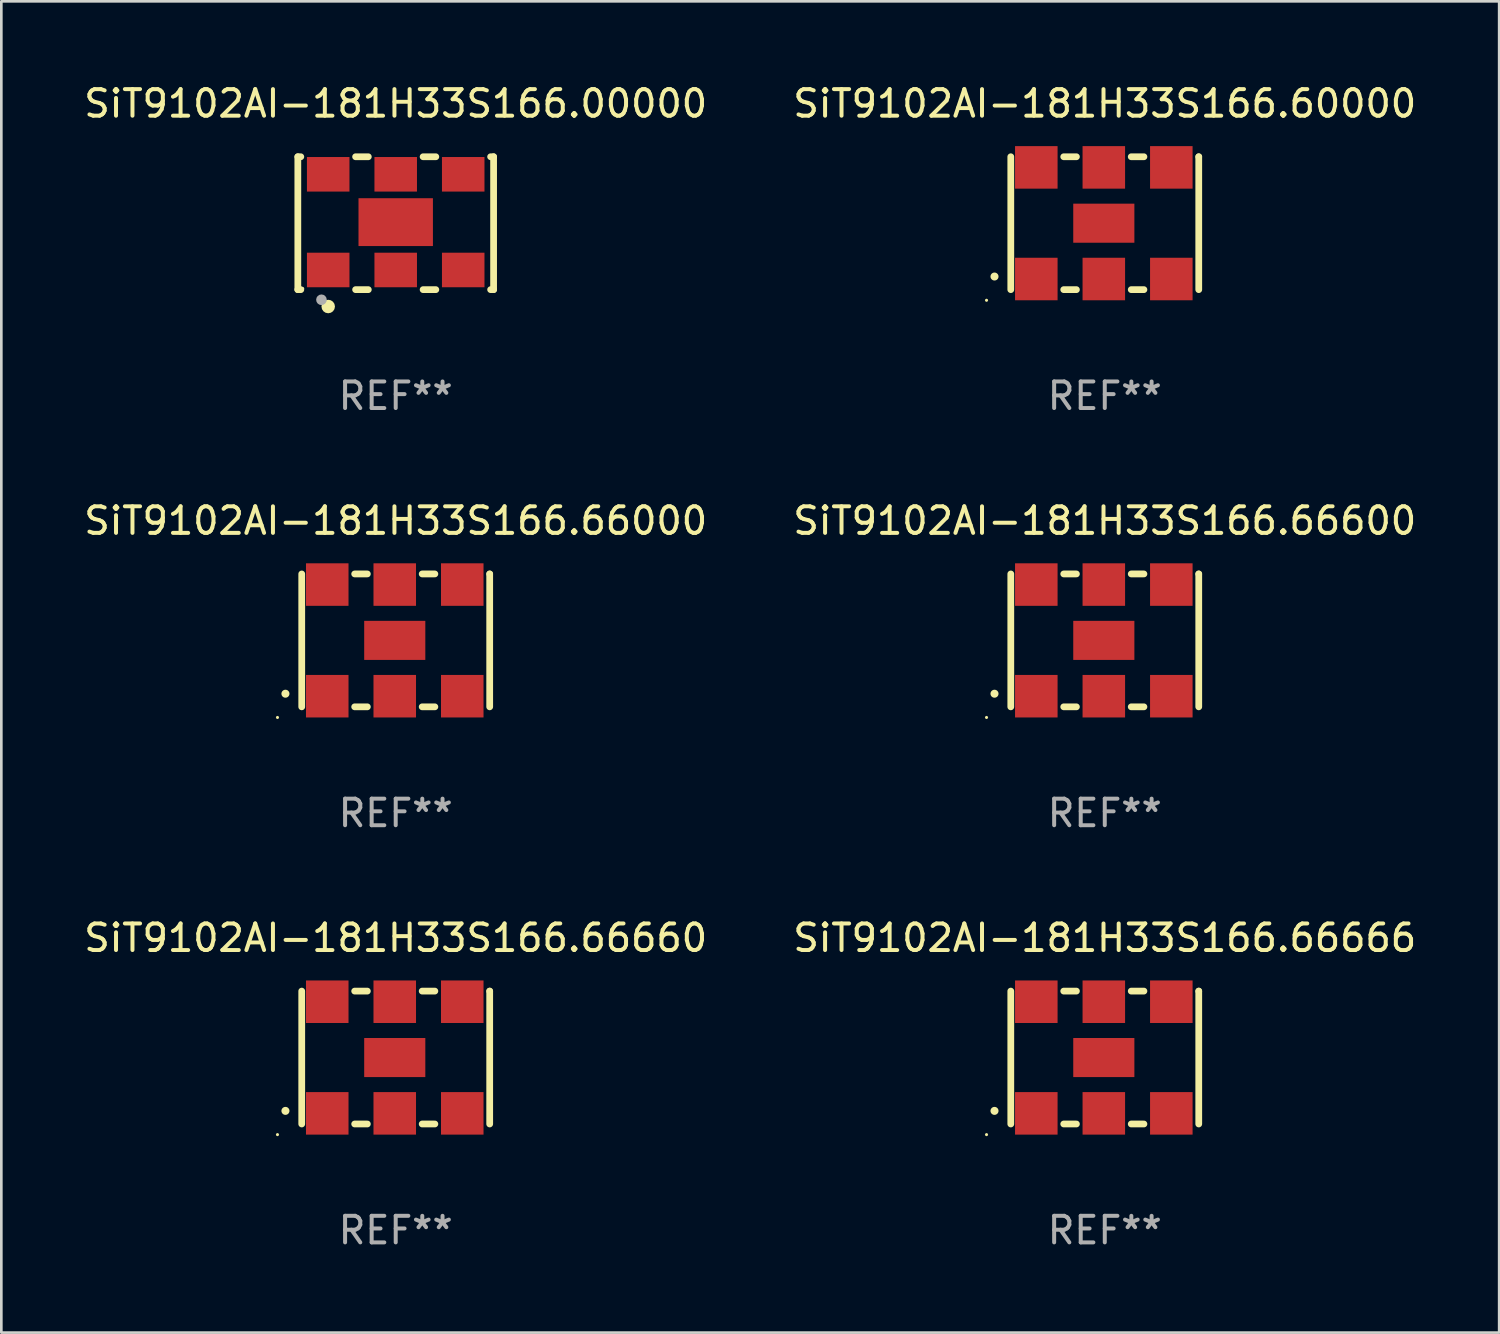
<source format=kicad_pcb>
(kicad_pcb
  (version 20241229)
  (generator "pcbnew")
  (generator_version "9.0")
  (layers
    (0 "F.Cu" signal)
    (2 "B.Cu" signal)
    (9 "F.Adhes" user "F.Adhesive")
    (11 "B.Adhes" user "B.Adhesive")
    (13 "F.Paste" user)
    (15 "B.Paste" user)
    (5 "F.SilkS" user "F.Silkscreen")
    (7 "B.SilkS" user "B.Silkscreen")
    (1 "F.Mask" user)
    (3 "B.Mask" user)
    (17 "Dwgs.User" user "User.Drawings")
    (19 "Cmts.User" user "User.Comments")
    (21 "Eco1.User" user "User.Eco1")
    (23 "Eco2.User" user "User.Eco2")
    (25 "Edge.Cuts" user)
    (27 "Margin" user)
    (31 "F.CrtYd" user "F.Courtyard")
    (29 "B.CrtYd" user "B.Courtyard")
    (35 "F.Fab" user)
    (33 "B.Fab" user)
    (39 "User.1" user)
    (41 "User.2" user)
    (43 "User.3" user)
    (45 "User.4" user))
  (footprint "SiT9102AI-181H33S166.66666"
    (layer "F.Cu")
    (at 38.518 36.741)
    (property "Reference" "SiT9102AI-181H33S166.66666" (at 0 -4.5 0) (layer "F.SilkS") (effects (font (size 1 1) (thickness 0.15))))
    (attr through_hole)
    (fp_line (start -3.536 -2.5) (end -3.536 2.5) (stroke (width 0.254) (type solid)) (layer "F.SilkS"))
    (fp_line (start -1.544 2.5) (end -1.067 2.5) (stroke (width 0.254) (type solid)) (layer "F.SilkS"))
    (fp_line (start -1.067 -2.5) (end -1.544 -2.5) (stroke (width 0.254) (type solid)) (layer "F.SilkS"))
    (fp_line (start 0.996 2.5) (end 1.473 2.5) (stroke (width 0.254) (type solid)) (layer "F.SilkS"))
    (fp_line (start 1.473 -2.5) (end 0.996 -2.5) (stroke (width 0.254) (type solid)) (layer "F.SilkS"))
    (fp_line (start 3.536 -2.5) (end 3.536 -2.5) (stroke (width 0.254) (type solid)) (layer "F.SilkS"))
    (fp_line (start 3.536 2.5) (end 3.536 -2.5) (stroke (width 0.254) (type solid)) (layer "F.SilkS"))
    (fp_arc (start -4.150432 2.006604) (mid -4.149162 2.006599) (end -4.147892 2.006604) (stroke (width 0.3) (type solid)) (layer "F.SilkS"))
    (fp_circle (center -4.449 2.9) (end -4.419 2.9) (stroke (width 0.06) (type solid)) (fill no) (layer "F.SilkS"))
    (fp_text user "REF**" (at 0 6.5 0) (layer "F.Fab") (effects (font (size 1 1) (thickness 0.15))))
    (pad "1" smd rect (at -2.576 2.1) (size 1.6 1.6) (layers "F.Cu" "F.Mask" "F.Paste"))
    (pad "2" smd rect (at -0.036 2.1) (size 1.6 1.6) (layers "F.Cu" "F.Mask" "F.Paste"))
    (pad "3" smd rect (at 2.504 2.1) (size 1.6 1.6) (layers "F.Cu" "F.Mask" "F.Paste"))
    (pad "4" smd rect (at 2.504 -2.1) (size 1.6 1.6) (layers "F.Cu" "F.Mask" "F.Paste"))
    (pad "5" smd rect (at -0.036 -2.1) (size 1.6 1.6) (layers "F.Cu" "F.Mask" "F.Paste"))
    (pad "6" smd rect (at -2.576 -2.1) (size 1.6 1.6) (layers "F.Cu" "F.Mask" "F.Paste"))
    (pad "7" smd rect (at -0.036 0) (size 2.3 1.47) (layers "F.Cu" "F.Mask" "F.Paste")))
  (footprint "SiT9102AI-181H33S166.00000"
    (layer "F.Cu")
    (at 11.839 5.348)
    (property "Reference" "SiT9102AI-181H33S166.00000" (at 0 -4.5 0) (layer "F.SilkS") (effects (font (size 1 1) (thickness 0.15))))
    (attr through_hole)
    (fp_line (start -3.683 -2.5) (end -3.571 -2.5) (stroke (width 0.254) (type solid)) (layer "F.SilkS"))
    (fp_line (start -3.683 2.5) (end -3.683 -2.5) (stroke (width 0.254) (type solid)) (layer "F.SilkS"))
    (fp_line (start -3.683 2.5) (end -3.571 2.5) (stroke (width 0.254) (type solid)) (layer "F.SilkS"))
    (fp_line (start -1.509 -2.5) (end -1.031 -2.5) (stroke (width 0.254) (type solid)) (layer "F.SilkS"))
    (fp_line (start -1.509 2.5) (end -1.031 2.5) (stroke (width 0.254) (type solid)) (layer "F.SilkS"))
    (fp_line (start 1.031 -2.5) (end 1.509 -2.5) (stroke (width 0.254) (type solid)) (layer "F.SilkS"))
    (fp_line (start 1.031 2.5) (end 1.509 2.5) (stroke (width 0.254) (type solid)) (layer "F.SilkS"))
    (fp_line (start 3.571 -2.5) (end 3.683 -2.5) (stroke (width 0.254) (type solid)) (layer "F.SilkS"))
    (fp_line (start 3.571 2.5) (end 3.683 2.5) (stroke (width 0.254) (type solid)) (layer "F.SilkS"))
    (fp_line (start 3.683 2.5) (end 3.683 -2.5) (stroke (width 0.254) (type solid)) (layer "F.SilkS"))
    (fp_circle (center -3.5 2.46) (end -3.47 2.46) (stroke (width 0.06) (type solid)) (fill no) (layer "F.SilkS"))
    (fp_circle (center -2.54 3.135) (end -2.413 3.135) (stroke (width 0.254) (type solid)) (fill no) (layer "F.SilkS"))
    (fp_circle (center -2.794 2.881) (end -2.694 2.881) (stroke (width 0.2) (type solid)) (fill no) (layer "F.Fab"))
    (fp_text user "REF**" (at 0 6.5 0) (layer "F.Fab") (effects (font (size 1 1) (thickness 0.15))))
    (pad "1" smd rect (at -2.54 1.76) (size 1.6 1.3) (layers "F.Cu" "F.Mask" "F.Paste"))
    (pad "2" smd rect (at 0 1.76) (size 1.6 1.3) (layers "F.Cu" "F.Mask" "F.Paste"))
    (pad "3" smd rect (at 2.54 1.76) (size 1.6 1.3) (layers "F.Cu" "F.Mask" "F.Paste"))
    (pad "4" smd rect (at 2.54 -1.84) (size 1.6 1.3) (layers "F.Cu" "F.Mask" "F.Paste"))
    (pad "5" smd rect (at 0 -1.84) (size 1.6 1.3) (layers "F.Cu" "F.Mask" "F.Paste"))
    (pad "6" smd rect (at -2.54 -1.84) (size 1.6 1.3) (layers "F.Cu" "F.Mask" "F.Paste"))
    (pad "7" smd rect (at 0 -0.04) (size 2.8 1.8) (layers "F.Cu" "F.Mask" "F.Paste")))
  (footprint "SiT9102AI-181H33S166.66600"
    (layer "F.Cu")
    (at 38.518 21.045)
    (property "Reference" "SiT9102AI-181H33S166.66600" (at 0 -4.5 0) (layer "F.SilkS") (effects (font (size 1 1) (thickness 0.15))))
    (attr through_hole)
    (fp_line (start -3.536 -2.5) (end -3.536 2.5) (stroke (width 0.254) (type solid)) (layer "F.SilkS"))
    (fp_line (start -1.544 2.5) (end -1.067 2.5) (stroke (width 0.254) (type solid)) (layer "F.SilkS"))
    (fp_line (start -1.067 -2.5) (end -1.544 -2.5) (stroke (width 0.254) (type solid)) (layer "F.SilkS"))
    (fp_line (start 0.996 2.5) (end 1.473 2.5) (stroke (width 0.254) (type solid)) (layer "F.SilkS"))
    (fp_line (start 1.473 -2.5) (end 0.996 -2.5) (stroke (width 0.254) (type solid)) (layer "F.SilkS"))
    (fp_line (start 3.536 -2.5) (end 3.536 -2.5) (stroke (width 0.254) (type solid)) (layer "F.SilkS"))
    (fp_line (start 3.536 2.5) (end 3.536 -2.5) (stroke (width 0.254) (type solid)) (layer "F.SilkS"))
    (fp_arc (start -4.150432 2.006604) (mid -4.149162 2.006599) (end -4.147892 2.006604) (stroke (width 0.3) (type solid)) (layer "F.SilkS"))
    (fp_circle (center -4.449 2.9) (end -4.419 2.9) (stroke (width 0.06) (type solid)) (fill no) (layer "F.SilkS"))
    (fp_text user "REF**" (at 0 6.5 0) (layer "F.Fab") (effects (font (size 1 1) (thickness 0.15))))
    (pad "1" smd rect (at -2.576 2.1) (size 1.6 1.6) (layers "F.Cu" "F.Mask" "F.Paste"))
    (pad "2" smd rect (at -0.036 2.1) (size 1.6 1.6) (layers "F.Cu" "F.Mask" "F.Paste"))
    (pad "3" smd rect (at 2.504 2.1) (size 1.6 1.6) (layers "F.Cu" "F.Mask" "F.Paste"))
    (pad "4" smd rect (at 2.504 -2.1) (size 1.6 1.6) (layers "F.Cu" "F.Mask" "F.Paste"))
    (pad "5" smd rect (at -0.036 -2.1) (size 1.6 1.6) (layers "F.Cu" "F.Mask" "F.Paste"))
    (pad "6" smd rect (at -2.576 -2.1) (size 1.6 1.6) (layers "F.Cu" "F.Mask" "F.Paste"))
    (pad "7" smd rect (at -0.036 0) (size 2.3 1.47) (layers "F.Cu" "F.Mask" "F.Paste")))
  (footprint "SiT9102AI-181H33S166.60000"
    (layer "F.Cu")
    (at 38.518 5.348)
    (property "Reference" "SiT9102AI-181H33S166.60000" (at 0 -4.5 0) (layer "F.SilkS") (effects (font (size 1 1) (thickness 0.15))))
    (attr through_hole)
    (fp_line (start -3.536 -2.5) (end -3.536 2.5) (stroke (width 0.254) (type solid)) (layer "F.SilkS"))
    (fp_line (start -1.544 2.5) (end -1.067 2.5) (stroke (width 0.254) (type solid)) (layer "F.SilkS"))
    (fp_line (start -1.067 -2.5) (end -1.544 -2.5) (stroke (width 0.254) (type solid)) (layer "F.SilkS"))
    (fp_line (start 0.996 2.5) (end 1.473 2.5) (stroke (width 0.254) (type solid)) (layer "F.SilkS"))
    (fp_line (start 1.473 -2.5) (end 0.996 -2.5) (stroke (width 0.254) (type solid)) (layer "F.SilkS"))
    (fp_line (start 3.536 -2.5) (end 3.536 -2.5) (stroke (width 0.254) (type solid)) (layer "F.SilkS"))
    (fp_line (start 3.536 2.5) (end 3.536 -2.5) (stroke (width 0.254) (type solid)) (layer "F.SilkS"))
    (fp_arc (start -4.150432 2.006604) (mid -4.149162 2.006599) (end -4.147892 2.006604) (stroke (width 0.3) (type solid)) (layer "F.SilkS"))
    (fp_circle (center -4.449 2.9) (end -4.419 2.9) (stroke (width 0.06) (type solid)) (fill no) (layer "F.SilkS"))
    (fp_text user "REF**" (at 0 6.5 0) (layer "F.Fab") (effects (font (size 1 1) (thickness 0.15))))
    (pad "1" smd rect (at -2.576 2.1) (size 1.6 1.6) (layers "F.Cu" "F.Mask" "F.Paste"))
    (pad "2" smd rect (at -0.036 2.1) (size 1.6 1.6) (layers "F.Cu" "F.Mask" "F.Paste"))
    (pad "3" smd rect (at 2.504 2.1) (size 1.6 1.6) (layers "F.Cu" "F.Mask" "F.Paste"))
    (pad "4" smd rect (at 2.504 -2.1) (size 1.6 1.6) (layers "F.Cu" "F.Mask" "F.Paste"))
    (pad "5" smd rect (at -0.036 -2.1) (size 1.6 1.6) (layers "F.Cu" "F.Mask" "F.Paste"))
    (pad "6" smd rect (at -2.576 -2.1) (size 1.6 1.6) (layers "F.Cu" "F.Mask" "F.Paste"))
    (pad "7" smd rect (at -0.036 0) (size 2.3 1.47) (layers "F.Cu" "F.Mask" "F.Paste")))
  (footprint "SiT9102AI-181H33S166.66660"
    (layer "F.Cu")
    (at 11.839 36.741)
    (property "Reference" "SiT9102AI-181H33S166.66660" (at 0 -4.5 0) (layer "F.SilkS") (effects (font (size 1 1) (thickness 0.15))))
    (attr through_hole)
    (fp_line (start -3.536 -2.5) (end -3.536 2.5) (stroke (width 0.254) (type solid)) (layer "F.SilkS"))
    (fp_line (start -1.544 2.5) (end -1.067 2.5) (stroke (width 0.254) (type solid)) (layer "F.SilkS"))
    (fp_line (start -1.067 -2.5) (end -1.544 -2.5) (stroke (width 0.254) (type solid)) (layer "F.SilkS"))
    (fp_line (start 0.996 2.5) (end 1.473 2.5) (stroke (width 0.254) (type solid)) (layer "F.SilkS"))
    (fp_line (start 1.473 -2.5) (end 0.996 -2.5) (stroke (width 0.254) (type solid)) (layer "F.SilkS"))
    (fp_line (start 3.536 -2.5) (end 3.536 -2.5) (stroke (width 0.254) (type solid)) (layer "F.SilkS"))
    (fp_line (start 3.536 2.5) (end 3.536 -2.5) (stroke (width 0.254) (type solid)) (layer "F.SilkS"))
    (fp_arc (start -4.150432 2.006604) (mid -4.149162 2.006599) (end -4.147892 2.006604) (stroke (width 0.3) (type solid)) (layer "F.SilkS"))
    (fp_circle (center -4.449 2.9) (end -4.419 2.9) (stroke (width 0.06) (type solid)) (fill no) (layer "F.SilkS"))
    (fp_text user "REF**" (at 0 6.5 0) (layer "F.Fab") (effects (font (size 1 1) (thickness 0.15))))
    (pad "1" smd rect (at -2.576 2.1) (size 1.6 1.6) (layers "F.Cu" "F.Mask" "F.Paste"))
    (pad "2" smd rect (at -0.036 2.1) (size 1.6 1.6) (layers "F.Cu" "F.Mask" "F.Paste"))
    (pad "3" smd rect (at 2.504 2.1) (size 1.6 1.6) (layers "F.Cu" "F.Mask" "F.Paste"))
    (pad "4" smd rect (at 2.504 -2.1) (size 1.6 1.6) (layers "F.Cu" "F.Mask" "F.Paste"))
    (pad "5" smd rect (at -0.036 -2.1) (size 1.6 1.6) (layers "F.Cu" "F.Mask" "F.Paste"))
    (pad "6" smd rect (at -2.576 -2.1) (size 1.6 1.6) (layers "F.Cu" "F.Mask" "F.Paste"))
    (pad "7" smd rect (at -0.036 0) (size 2.3 1.47) (layers "F.Cu" "F.Mask" "F.Paste")))
  (footprint "SiT9102AI-181H33S166.66000"
    (layer "F.Cu")
    (at 11.839 21.045)
    (property "Reference" "SiT9102AI-181H33S166.66000" (at 0 -4.5 0) (layer "F.SilkS") (effects (font (size 1 1) (thickness 0.15))))
    (attr through_hole)
    (fp_line (start -3.536 -2.5) (end -3.536 2.5) (stroke (width 0.254) (type solid)) (layer "F.SilkS"))
    (fp_line (start -1.544 2.5) (end -1.067 2.5) (stroke (width 0.254) (type solid)) (layer "F.SilkS"))
    (fp_line (start -1.067 -2.5) (end -1.544 -2.5) (stroke (width 0.254) (type solid)) (layer "F.SilkS"))
    (fp_line (start 0.996 2.5) (end 1.473 2.5) (stroke (width 0.254) (type solid)) (layer "F.SilkS"))
    (fp_line (start 1.473 -2.5) (end 0.996 -2.5) (stroke (width 0.254) (type solid)) (layer "F.SilkS"))
    (fp_line (start 3.536 -2.5) (end 3.536 -2.5) (stroke (width 0.254) (type solid)) (layer "F.SilkS"))
    (fp_line (start 3.536 2.5) (end 3.536 -2.5) (stroke (width 0.254) (type solid)) (layer "F.SilkS"))
    (fp_arc (start -4.150432 2.006604) (mid -4.149162 2.006599) (end -4.147892 2.006604) (stroke (width 0.3) (type solid)) (layer "F.SilkS"))
    (fp_circle (center -4.449 2.9) (end -4.419 2.9) (stroke (width 0.06) (type solid)) (fill no) (layer "F.SilkS"))
    (fp_text user "REF**" (at 0 6.5 0) (layer "F.Fab") (effects (font (size 1 1) (thickness 0.15))))
    (pad "1" smd rect (at -2.576 2.1) (size 1.6 1.6) (layers "F.Cu" "F.Mask" "F.Paste"))
    (pad "2" smd rect (at -0.036 2.1) (size 1.6 1.6) (layers "F.Cu" "F.Mask" "F.Paste"))
    (pad "3" smd rect (at 2.504 2.1) (size 1.6 1.6) (layers "F.Cu" "F.Mask" "F.Paste"))
    (pad "4" smd rect (at 2.504 -2.1) (size 1.6 1.6) (layers "F.Cu" "F.Mask" "F.Paste"))
    (pad "5" smd rect (at -0.036 -2.1) (size 1.6 1.6) (layers "F.Cu" "F.Mask" "F.Paste"))
    (pad "6" smd rect (at -2.576 -2.1) (size 1.6 1.6) (layers "F.Cu" "F.Mask" "F.Paste"))
    (pad "7" smd rect (at -0.036 0) (size 2.3 1.47) (layers "F.Cu" "F.Mask" "F.Paste")))
  (gr_rect
    (start -3 -3)
    (end 53.357 47.09)
    (stroke (width 0.1) (type default))
    (fill no)
    (layer "Edge.Cuts")))
</source>
